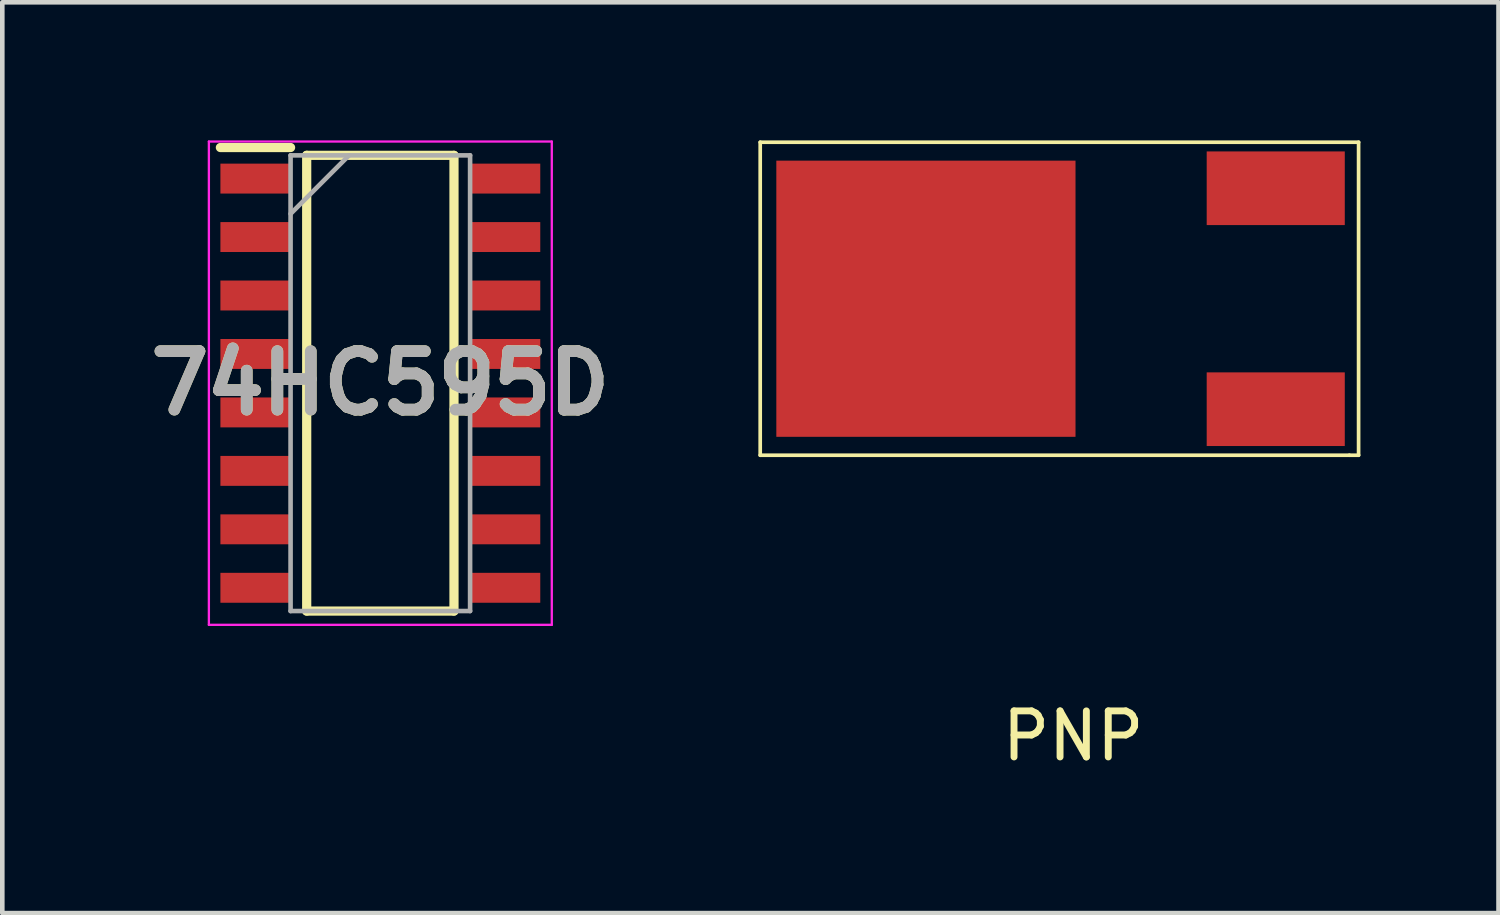
<source format=kicad_pcb>
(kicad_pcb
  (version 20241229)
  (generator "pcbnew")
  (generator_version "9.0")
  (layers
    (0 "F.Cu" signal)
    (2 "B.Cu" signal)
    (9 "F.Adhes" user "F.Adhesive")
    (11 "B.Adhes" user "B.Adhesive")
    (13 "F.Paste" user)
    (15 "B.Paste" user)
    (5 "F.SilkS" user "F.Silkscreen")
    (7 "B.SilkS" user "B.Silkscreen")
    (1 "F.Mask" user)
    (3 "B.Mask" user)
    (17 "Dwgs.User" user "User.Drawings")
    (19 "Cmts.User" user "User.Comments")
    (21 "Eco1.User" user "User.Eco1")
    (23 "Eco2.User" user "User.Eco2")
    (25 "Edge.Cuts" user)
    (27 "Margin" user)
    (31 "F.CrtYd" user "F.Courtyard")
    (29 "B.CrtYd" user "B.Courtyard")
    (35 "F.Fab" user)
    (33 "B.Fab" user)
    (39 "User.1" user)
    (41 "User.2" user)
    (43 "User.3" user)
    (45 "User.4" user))
  (footprint "PNP"
    (layer "F.Cu")
    (at 20.266 12.44)
    (property "Reference" "PNP" (at 0 0.5 0) (layer "F.SilkS") (effects (font (size 1 1) (thickness 0.15))))
    (attr through_hole)
    (fp_line (start -6.8 -12.4) (end -6.8 -5.6) (stroke (width 0.08) (type solid)) (layer "F.SilkS"))
    (fp_line (start -6.8 -5.6) (end 6 -5.6) (stroke (width 0.08) (type solid)) (layer "F.SilkS"))
    (fp_line (start 6 -5.6) (end 6.2 -5.6) (stroke (width 0.08) (type solid)) (layer "F.SilkS"))
    (fp_line (start 6.2 -12.4) (end -6.8 -12.4) (stroke (width 0.08) (type solid)) (layer "F.SilkS"))
    (fp_line (start 6.2 -5.6) (end 6.2 -12.4) (stroke (width 0.08) (type solid)) (layer "F.SilkS"))
    (pad "1" smd rect (at 4.4 -6.6) (size 3 1.6) (layers "F.Cu" "F.Mask" "F.Paste"))
    (pad "2" smd rect (at -3.2 -9) (size 6.5 6) (layers "F.Cu" "F.Mask" "F.Paste"))
    (pad "3" smd rect (at 4.4 -11.4) (size 3 1.6) (layers "F.Cu" "F.Mask" "F.Paste")))
  (footprint "74HC595D"
    (layer "F.Cu")
    (at 5.213 5.275)
    (property "Reference" "74HC595D" (at 0 0 0) (layer "F.SilkS") (effects (font (size 1.27 1.27) (thickness 0.254))))
    (attr smd)
    (fp_line (start -3.475 -5.12) (end -1.95 -5.12) (stroke (width 0.2) (type solid)) (layer "F.SilkS"))
    (fp_line (start -1.6 -4.95) (end 1.6 -4.95) (stroke (width 0.2) (type solid)) (layer "F.SilkS"))
    (fp_line (start -1.6 4.95) (end -1.6 -4.95) (stroke (width 0.2) (type solid)) (layer "F.SilkS"))
    (fp_line (start 1.6 -4.95) (end 1.6 4.95) (stroke (width 0.2) (type solid)) (layer "F.SilkS"))
    (fp_line (start 1.6 4.95) (end -1.6 4.95) (stroke (width 0.2) (type solid)) (layer "F.SilkS"))
    (fp_line (start -3.725 -5.25) (end 3.725 -5.25) (stroke (width 0.05) (type solid)) (layer "F.CrtYd"))
    (fp_line (start -3.725 5.25) (end -3.725 -5.25) (stroke (width 0.05) (type solid)) (layer "F.CrtYd"))
    (fp_line (start 3.725 -5.25) (end 3.725 5.25) (stroke (width 0.05) (type solid)) (layer "F.CrtYd"))
    (fp_line (start 3.725 5.25) (end -3.725 5.25) (stroke (width 0.05) (type solid)) (layer "F.CrtYd"))
    (fp_line (start -1.95 -4.95) (end 1.95 -4.95) (stroke (width 0.1) (type solid)) (layer "F.Fab"))
    (fp_line (start -1.95 -3.68) (end -0.68 -4.95) (stroke (width 0.1) (type solid)) (layer "F.Fab"))
    (fp_line (start -1.95 4.95) (end -1.95 -4.95) (stroke (width 0.1) (type solid)) (layer "F.Fab"))
    (fp_line (start 1.95 -4.95) (end 1.95 4.95) (stroke (width 0.1) (type solid)) (layer "F.Fab"))
    (fp_line (start 1.95 4.95) (end -1.95 4.95) (stroke (width 0.1) (type solid)) (layer "F.Fab"))
    (fp_text user "${REFERENCE}" (at 0 0 0) (layer "F.Fab") (effects (font (size 1.27 1.27) (thickness 0.254))))
    (pad "1" smd rect (at -2.712 -4.445 90) (size 0.65 1.525) (layers "F.Cu" "F.Mask" "F.Paste"))
    (pad "2" smd rect (at -2.712 -3.175 90) (size 0.65 1.525) (layers "F.Cu" "F.Mask" "F.Paste"))
    (pad "3" smd rect (at -2.712 -1.905 90) (size 0.65 1.525) (layers "F.Cu" "F.Mask" "F.Paste"))
    (pad "4" smd rect (at -2.712 -0.635 90) (size 0.65 1.525) (layers "F.Cu" "F.Mask" "F.Paste"))
    (pad "5" smd rect (at -2.712 0.635 90) (size 0.65 1.525) (layers "F.Cu" "F.Mask" "F.Paste"))
    (pad "6" smd rect (at -2.712 1.905 90) (size 0.65 1.525) (layers "F.Cu" "F.Mask" "F.Paste"))
    (pad "7" smd rect (at -2.712 3.175 90) (size 0.65 1.525) (layers "F.Cu" "F.Mask" "F.Paste"))
    (pad "8" smd rect (at -2.712 4.445 90) (size 0.65 1.525) (layers "F.Cu" "F.Mask" "F.Paste"))
    (pad "9" smd rect (at 2.712 4.445 90) (size 0.65 1.525) (layers "F.Cu" "F.Mask" "F.Paste"))
    (pad "10" smd rect (at 2.712 3.175 90) (size 0.65 1.525) (layers "F.Cu" "F.Mask" "F.Paste"))
    (pad "11" smd rect (at 2.712 1.905 90) (size 0.65 1.525) (layers "F.Cu" "F.Mask" "F.Paste"))
    (pad "12" smd rect (at 2.712 0.635 90) (size 0.65 1.525) (layers "F.Cu" "F.Mask" "F.Paste"))
    (pad "13" smd rect (at 2.712 -0.635 90) (size 0.65 1.525) (layers "F.Cu" "F.Mask" "F.Paste"))
    (pad "14" smd rect (at 2.712 -1.905 90) (size 0.65 1.525) (layers "F.Cu" "F.Mask" "F.Paste"))
    (pad "15" smd rect (at 2.712 -3.175 90) (size 0.65 1.525) (layers "F.Cu" "F.Mask" "F.Paste"))
    (pad "16" smd rect (at 2.712 -4.445 90) (size 0.65 1.525) (layers "F.Cu" "F.Mask" "F.Paste")))
  (gr_rect
    (start -3 -3)
    (end 29.506 16.788)
    (stroke (width 0.1) (type default))
    (fill no)
    (layer "Edge.Cuts")))
</source>
